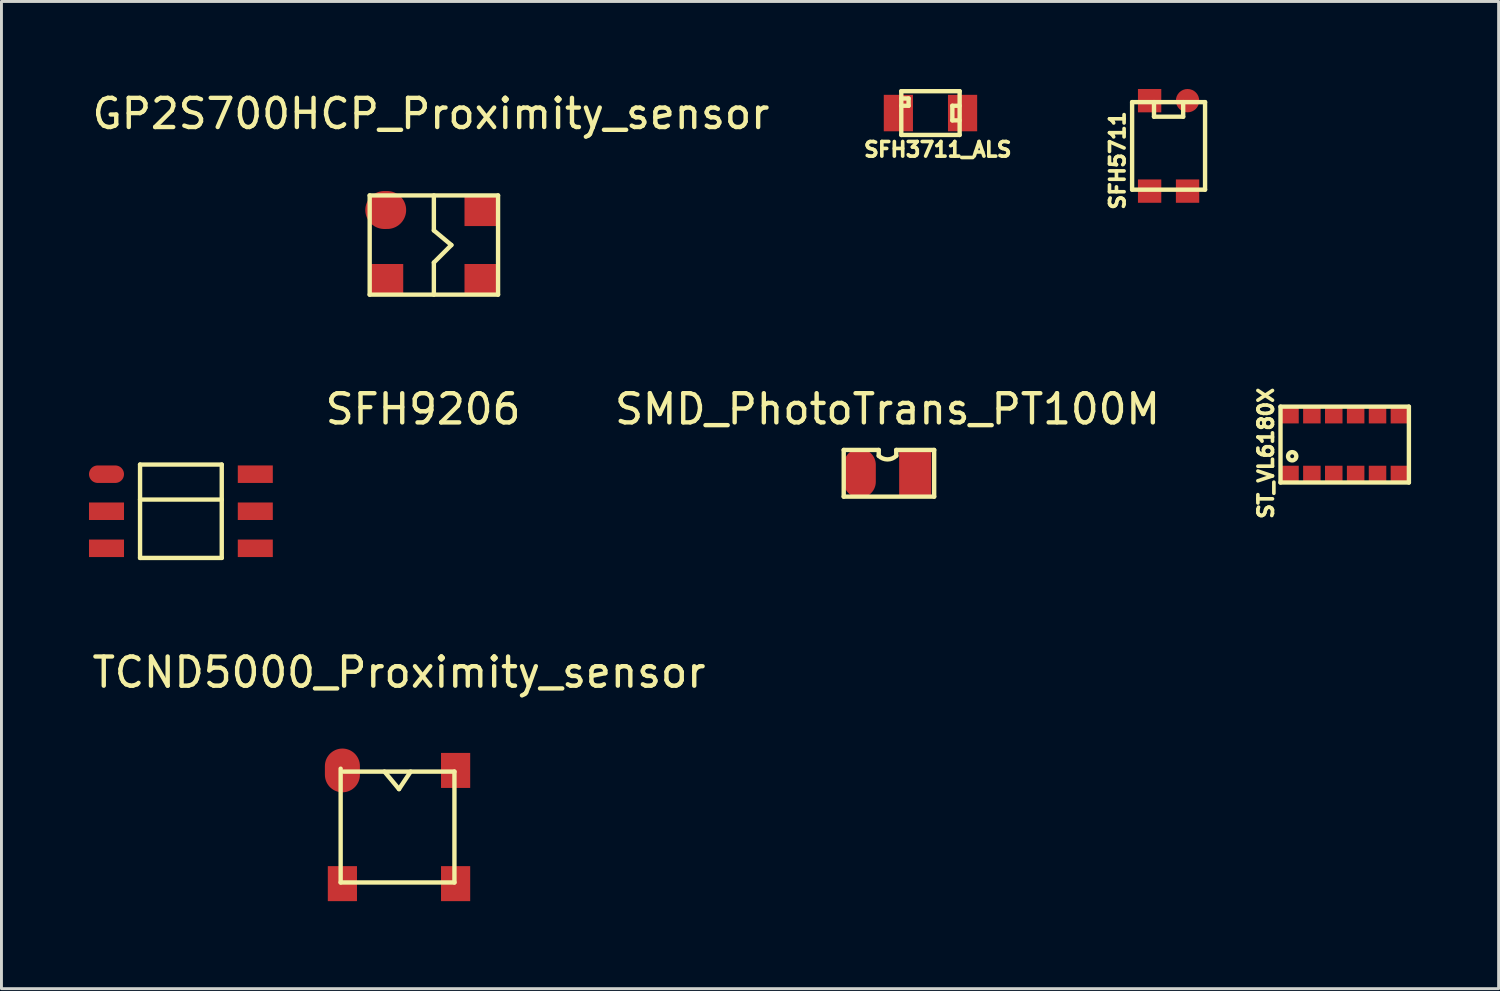
<source format=kicad_pcb>
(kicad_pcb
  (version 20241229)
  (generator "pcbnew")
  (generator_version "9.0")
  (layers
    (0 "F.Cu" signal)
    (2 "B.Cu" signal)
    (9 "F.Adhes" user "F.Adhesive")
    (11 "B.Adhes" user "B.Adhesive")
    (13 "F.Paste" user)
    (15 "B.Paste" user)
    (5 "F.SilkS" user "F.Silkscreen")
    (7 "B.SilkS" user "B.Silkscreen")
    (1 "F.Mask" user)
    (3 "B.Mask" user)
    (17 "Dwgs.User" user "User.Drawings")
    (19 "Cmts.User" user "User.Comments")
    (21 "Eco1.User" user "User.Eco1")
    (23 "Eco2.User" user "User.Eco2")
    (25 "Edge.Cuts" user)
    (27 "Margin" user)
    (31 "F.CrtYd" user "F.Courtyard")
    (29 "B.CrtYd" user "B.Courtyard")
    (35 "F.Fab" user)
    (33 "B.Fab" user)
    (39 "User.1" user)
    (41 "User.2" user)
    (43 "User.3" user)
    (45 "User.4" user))
  (footprint "GP2S700HCP_Proximity_sensor"
    (layer "F.Cu")
    (at 11.82 5.348)
    (property "Reference" "GP2S700HCP_Proximity_sensor" (at -0.1 -4.5 0) (layer "F.SilkS") (effects (font (size 1 1) (thickness 0.15))))
    (attr through_hole)
    (fp_line (start -2.2 -1.7) (end 2.2 -1.7) (stroke (width 0.15) (type solid)) (layer "F.SilkS"))
    (fp_line (start -2.2 1.7) (end -2.2 -1.7) (stroke (width 0.15) (type solid)) (layer "F.SilkS"))
    (fp_line (start 0 -1.7) (end 0 -0.5) (stroke (width 0.15) (type solid)) (layer "F.SilkS"))
    (fp_line (start 0 -0.5) (end 0.6 0) (stroke (width 0.15) (type solid)) (layer "F.SilkS"))
    (fp_line (start 0 0.6) (end 0 1.7) (stroke (width 0.15) (type solid)) (layer "F.SilkS"))
    (fp_line (start 0.6 0) (end 0 0.6) (stroke (width 0.15) (type solid)) (layer "F.SilkS"))
    (fp_line (start 2.2 -1.7) (end 2.2 1.7) (stroke (width 0.15) (type solid)) (layer "F.SilkS"))
    (fp_line (start 2.2 1.7) (end -2.2 1.7) (stroke (width 0.15) (type solid)) (layer "F.SilkS"))
    (pad "1" connect oval (at -1.65 -1.2) (size 1.4 1.3) (layers "F.Cu" "F.Mask"))
    (pad "2" connect rect (at -1.65 1.2) (size 1.2 1.1) (layers "F.Cu" "F.Mask"))
    (pad "3" connect rect (at 1.65 1.2) (size 1.2 1.1) (layers "F.Cu" "F.Mask"))
    (pad "4" connect rect (at 1.65 -1.2) (size 1.2 1.1) (layers "F.Cu" "F.Mask")))
  (footprint "SFH5711"
    (layer "F.Cu")
    (at 37.001 1.95)
    (property "Reference" "SFH5711" (at -1.75 0.5 90) (layer "F.SilkS") (effects (font (size 0.5 0.5) (thickness 0.125))))
    (attr through_hole)
    (fp_line (start -1.25 -1.5) (end 1.25 -1.5) (stroke (width 0.15) (type solid)) (layer "F.SilkS"))
    (fp_line (start -1.25 1.5) (end -1.25 -1.5) (stroke (width 0.15) (type solid)) (layer "F.SilkS"))
    (fp_line (start -0.5 -1.5) (end -0.5 -1) (stroke (width 0.15) (type solid)) (layer "F.SilkS"))
    (fp_line (start 0.5 -1.5) (end 0.5 -1) (stroke (width 0.15) (type solid)) (layer "F.SilkS"))
    (fp_line (start 0.5 -1) (end -0.5 -1) (stroke (width 0.15) (type solid)) (layer "F.SilkS"))
    (fp_line (start 1.25 -1.5) (end 1.25 1.5) (stroke (width 0.15) (type solid)) (layer "F.SilkS"))
    (fp_line (start 1.25 1.5) (end -1.25 1.5) (stroke (width 0.15) (type solid)) (layer "F.SilkS"))
    (pad "1" smd oval (at 0.65 -1.55) (size 0.8 0.8) (layers "F.Cu" "F.Mask" "F.Paste"))
    (pad "2" smd rect (at -0.65 -1.55) (size 0.8 0.8) (layers "F.Cu" "F.Mask" "F.Paste"))
    (pad "3" smd rect (at -0.65 1.55) (size 0.8 0.8) (layers "F.Cu" "F.Mask" "F.Paste"))
    (pad "4" smd rect (at 0.65 1.55) (size 0.8 0.8) (layers "F.Cu" "F.Mask" "F.Paste")))
  (footprint "ST_VL6180X"
    (layer "F.Cu")
    (at 43.037 12.187)
    (property "Reference" "ST_VL6180X" (at -2.7 0.3 90) (layer "F.SilkS") (effects (font (size 0.5 0.5) (thickness 0.125))))
    (attr through_hole)
    (fp_line (start -2.2 -1.3) (end 2.2 -1.3) (stroke (width 0.15) (type solid)) (layer "F.SilkS"))
    (fp_line (start -2.2 1.3) (end -2.2 -1.3) (stroke (width 0.15) (type solid)) (layer "F.SilkS"))
    (fp_line (start 2.2 -1.3) (end 2.2 1.3) (stroke (width 0.15) (type solid)) (layer "F.SilkS"))
    (fp_line (start 2.2 1.3) (end -2.2 1.3) (stroke (width 0.15) (type solid)) (layer "F.SilkS"))
    (fp_circle (center -1.8 0.4) (end -1.9 0.3) (stroke (width 0.15) (type solid)) (fill no) (layer "F.SilkS"))
    (pad "1" smd rect (at -1.875 1) (size 0.6 0.55) (layers "F.Cu" "F.Mask" "F.Paste"))
    (pad "2" smd rect (at -1.125 1) (size 0.6 0.55) (layers "F.Cu" "F.Mask" "F.Paste"))
    (pad "3" smd rect (at -0.375 1) (size 0.6 0.55) (layers "F.Cu" "F.Mask" "F.Paste"))
    (pad "4" smd rect (at 0.375 1) (size 0.6 0.55) (layers "F.Cu" "F.Mask" "F.Paste"))
    (pad "5" smd rect (at 1.125 1) (size 0.6 0.55) (layers "F.Cu" "F.Mask" "F.Paste"))
    (pad "6" smd rect (at 1.875 1) (size 0.6 0.55) (layers "F.Cu" "F.Mask" "F.Paste"))
    (pad "7" smd rect (at 1.875 -1) (size 0.6 0.55) (layers "F.Cu" "F.Mask" "F.Paste"))
    (pad "8" smd rect (at 1.125 -1) (size 0.6 0.55) (layers "F.Cu" "F.Mask" "F.Paste"))
    (pad "9" smd rect (at 0.375 -1) (size 0.6 0.55) (layers "F.Cu" "F.Mask" "F.Paste"))
    (pad "10" smd rect (at -0.375 -1) (size 0.6 0.55) (layers "F.Cu" "F.Mask" "F.Paste"))
    (pad "11" smd rect (at -1.125 -1) (size 0.6 0.55) (layers "F.Cu" "F.Mask" "F.Paste"))
    (pad "12" smd rect (at -1.875 -1) (size 0.6 0.55) (layers "F.Cu" "F.Mask" "F.Paste")))
  (footprint "TCND5000_Proximity_sensor"
    (layer "F.Cu")
    (at 10.625 25.295)
    (property "Reference" "TCND5000_Proximity_sensor" (at 0 -5.3 0) (layer "F.SilkS") (effects (font (size 1 1) (thickness 0.15))))
    (attr through_hole)
    (fp_line (start -2 1.9) (end -2 -2) (stroke (width 0.15) (type solid)) (layer "F.SilkS"))
    (fp_line (start -2 1.9) (end 1.9 1.9) (stroke (width 0.15) (type solid)) (layer "F.SilkS"))
    (fp_line (start -1.9 -1.9) (end 1.9 -1.9) (stroke (width 0.15) (type solid)) (layer "F.SilkS"))
    (fp_line (start 0 -1.3) (end -0.5 -1.9) (stroke (width 0.15) (type solid)) (layer "F.SilkS"))
    (fp_line (start 0.4 -1.9) (end 0 -1.3) (stroke (width 0.15) (type solid)) (layer "F.SilkS"))
    (fp_line (start 1.9 -1.9) (end 1.9 1.9) (stroke (width 0.15) (type solid)) (layer "F.SilkS"))
    (pad "1" connect oval (at -1.94 -1.94) (size 1.2 1.5) (layers "F.Cu" "F.Mask"))
    (pad "2" connect rect (at 1.94 -1.94) (size 1 1.2) (layers "F.Cu" "F.Mask"))
    (pad "3" connect rect (at -1.94 1.94) (size 1 1.2) (layers "F.Cu" "F.Mask"))
    (pad "4" connect rect (at 1.94 1.94) (size 1 1.2) (layers "F.Cu" "F.Mask")))
  (footprint "SFH3711_ALS"
    (layer "F.Cu")
    (at 28.84 0.825)
    (property "Reference" "SFH3711_ALS" (at 0.25 1.25 0) (layer "F.SilkS") (effects (font (size 0.5 0.5) (thickness 0.125))))
    (attr through_hole)
    (fp_line (start -1 -0.75) (end -1 0.75) (stroke (width 0.15) (type solid)) (layer "F.SilkS"))
    (fp_line (start -1 -0.5) (end -0.75 -0.5) (stroke (width 0.15) (type solid)) (layer "F.SilkS"))
    (fp_line (start -1 0.75) (end 1 0.75) (stroke (width 0.15) (type solid)) (layer "F.SilkS"))
    (fp_line (start -0.75 -0.5) (end -0.75 -0.25) (stroke (width 0.15) (type solid)) (layer "F.SilkS"))
    (fp_line (start -0.75 -0.25) (end -1 -0.25) (stroke (width 0.15) (type solid)) (layer "F.SilkS"))
    (fp_line (start 0.75 -0.25) (end 0.75 0.25) (stroke (width 0.15) (type solid)) (layer "F.SilkS"))
    (fp_line (start 0.75 0.25) (end 1 0.25) (stroke (width 0.15) (type solid)) (layer "F.SilkS"))
    (fp_line (start 1 -0.75) (end -1 -0.75) (stroke (width 0.15) (type solid)) (layer "F.SilkS"))
    (fp_line (start 1 -0.25) (end 0.75 -0.25) (stroke (width 0.15) (type solid)) (layer "F.SilkS"))
    (fp_line (start 1 0.75) (end 1 -0.75) (stroke (width 0.15) (type solid)) (layer "F.SilkS"))
    (pad "1" connect rect (at -1.1 0) (size 1 1.25) (layers "F.Cu" "F.Mask"))
    (pad "3" connect rect (at 1.1 0) (size 1 1.25) (layers "F.Cu" "F.Mask")))
  (footprint "SMD_PhotoTrans_PT100M"
    (layer "F.Cu")
    (at 27.367 13.171)
    (property "Reference" "SMD_PhotoTrans_PT100M" (at 0 -2.2 0) (layer "F.SilkS") (effects (font (size 1 1) (thickness 0.15))))
    (attr through_hole)
    (fp_line (start -1.5 -0.8) (end -1.5 0.8) (stroke (width 0.15) (type solid)) (layer "F.SilkS"))
    (fp_line (start -1.5 -0.8) (end -0.3 -0.8) (stroke (width 0.15) (type solid)) (layer "F.SilkS"))
    (fp_line (start -1.5 0.8) (end 1.6 0.8) (stroke (width 0.15) (type solid)) (layer "F.SilkS"))
    (fp_line (start -0.3 -0.8) (end -0.3 -0.6) (stroke (width 0.15) (type solid)) (layer "F.SilkS"))
    (fp_line (start 0.3 -0.8) (end 0.3 -0.6) (stroke (width 0.15) (type solid)) (layer "F.SilkS"))
    (fp_line (start 0.3 -0.8) (end 1.6 -0.8) (stroke (width 0.15) (type solid)) (layer "F.SilkS"))
    (fp_line (start 1.6 -0.8) (end 1.6 0.8) (stroke (width 0.15) (type solid)) (layer "F.SilkS"))
    (fp_arc (start 0.3 -0.6) (mid 0 -0.475736) (end -0.3 -0.6) (stroke (width 0.15) (type solid)) (layer "F.SilkS"))
    (pad "1" smd oval (at -0.95 0) (size 1.1 1.68) (layers "F.Cu" "F.Mask" "F.Paste"))
    (pad "3" smd rect (at 0.95 0) (size 1.1 1.68) (layers "F.Cu" "F.Mask" "F.Paste")))
  (footprint "SFH9206"
    (layer "F.Cu")
    (at 3.15 14.472)
    (property "Reference" "SFH9206" (at 8.3 -3.5 0) (layer "F.SilkS") (effects (font (size 1 1) (thickness 0.15))))
    (attr through_hole)
    (fp_line (start -1.4 -1.6) (end 1.4 -1.6) (stroke (width 0.15) (type solid)) (layer "F.SilkS"))
    (fp_line (start -1.4 1.6) (end -1.4 -1.6) (stroke (width 0.15) (type solid)) (layer "F.SilkS"))
    (fp_line (start 1.4 -1.6) (end 1.4 1.6) (stroke (width 0.15) (type solid)) (layer "F.SilkS"))
    (fp_line (start 1.4 -0.4) (end -1.4 -0.4) (stroke (width 0.15) (type solid)) (layer "F.SilkS"))
    (fp_line (start 1.4 1.6) (end -1.4 1.6) (stroke (width 0.15) (type solid)) (layer "F.SilkS"))
    (pad "1" smd oval (at -2.55 -1.27) (size 1.2 0.6) (layers "F.Cu" "F.Mask" "F.Paste"))
    (pad "2" smd rect (at -2.55 0) (size 1.2 0.6) (layers "F.Cu" "F.Mask" "F.Paste"))
    (pad "3" smd rect (at -2.55 1.27) (size 1.2 0.6) (layers "F.Cu" "F.Mask" "F.Paste"))
    (pad "4" smd rect (at 2.55 1.27) (size 1.2 0.6) (layers "F.Cu" "F.Mask" "F.Paste"))
    (pad "5" smd rect (at 2.55 0) (size 1.2 0.6) (layers "F.Cu" "F.Mask" "F.Paste"))
    (pad "6" smd rect (at 2.55 -1.27) (size 1.2 0.6) (layers "F.Cu" "F.Mask" "F.Paste")))
  (gr_rect
    (start -3 -3)
    (end 48.312 30.835)
    (stroke (width 0.1) (type default))
    (fill no)
    (layer "Edge.Cuts")))
</source>
